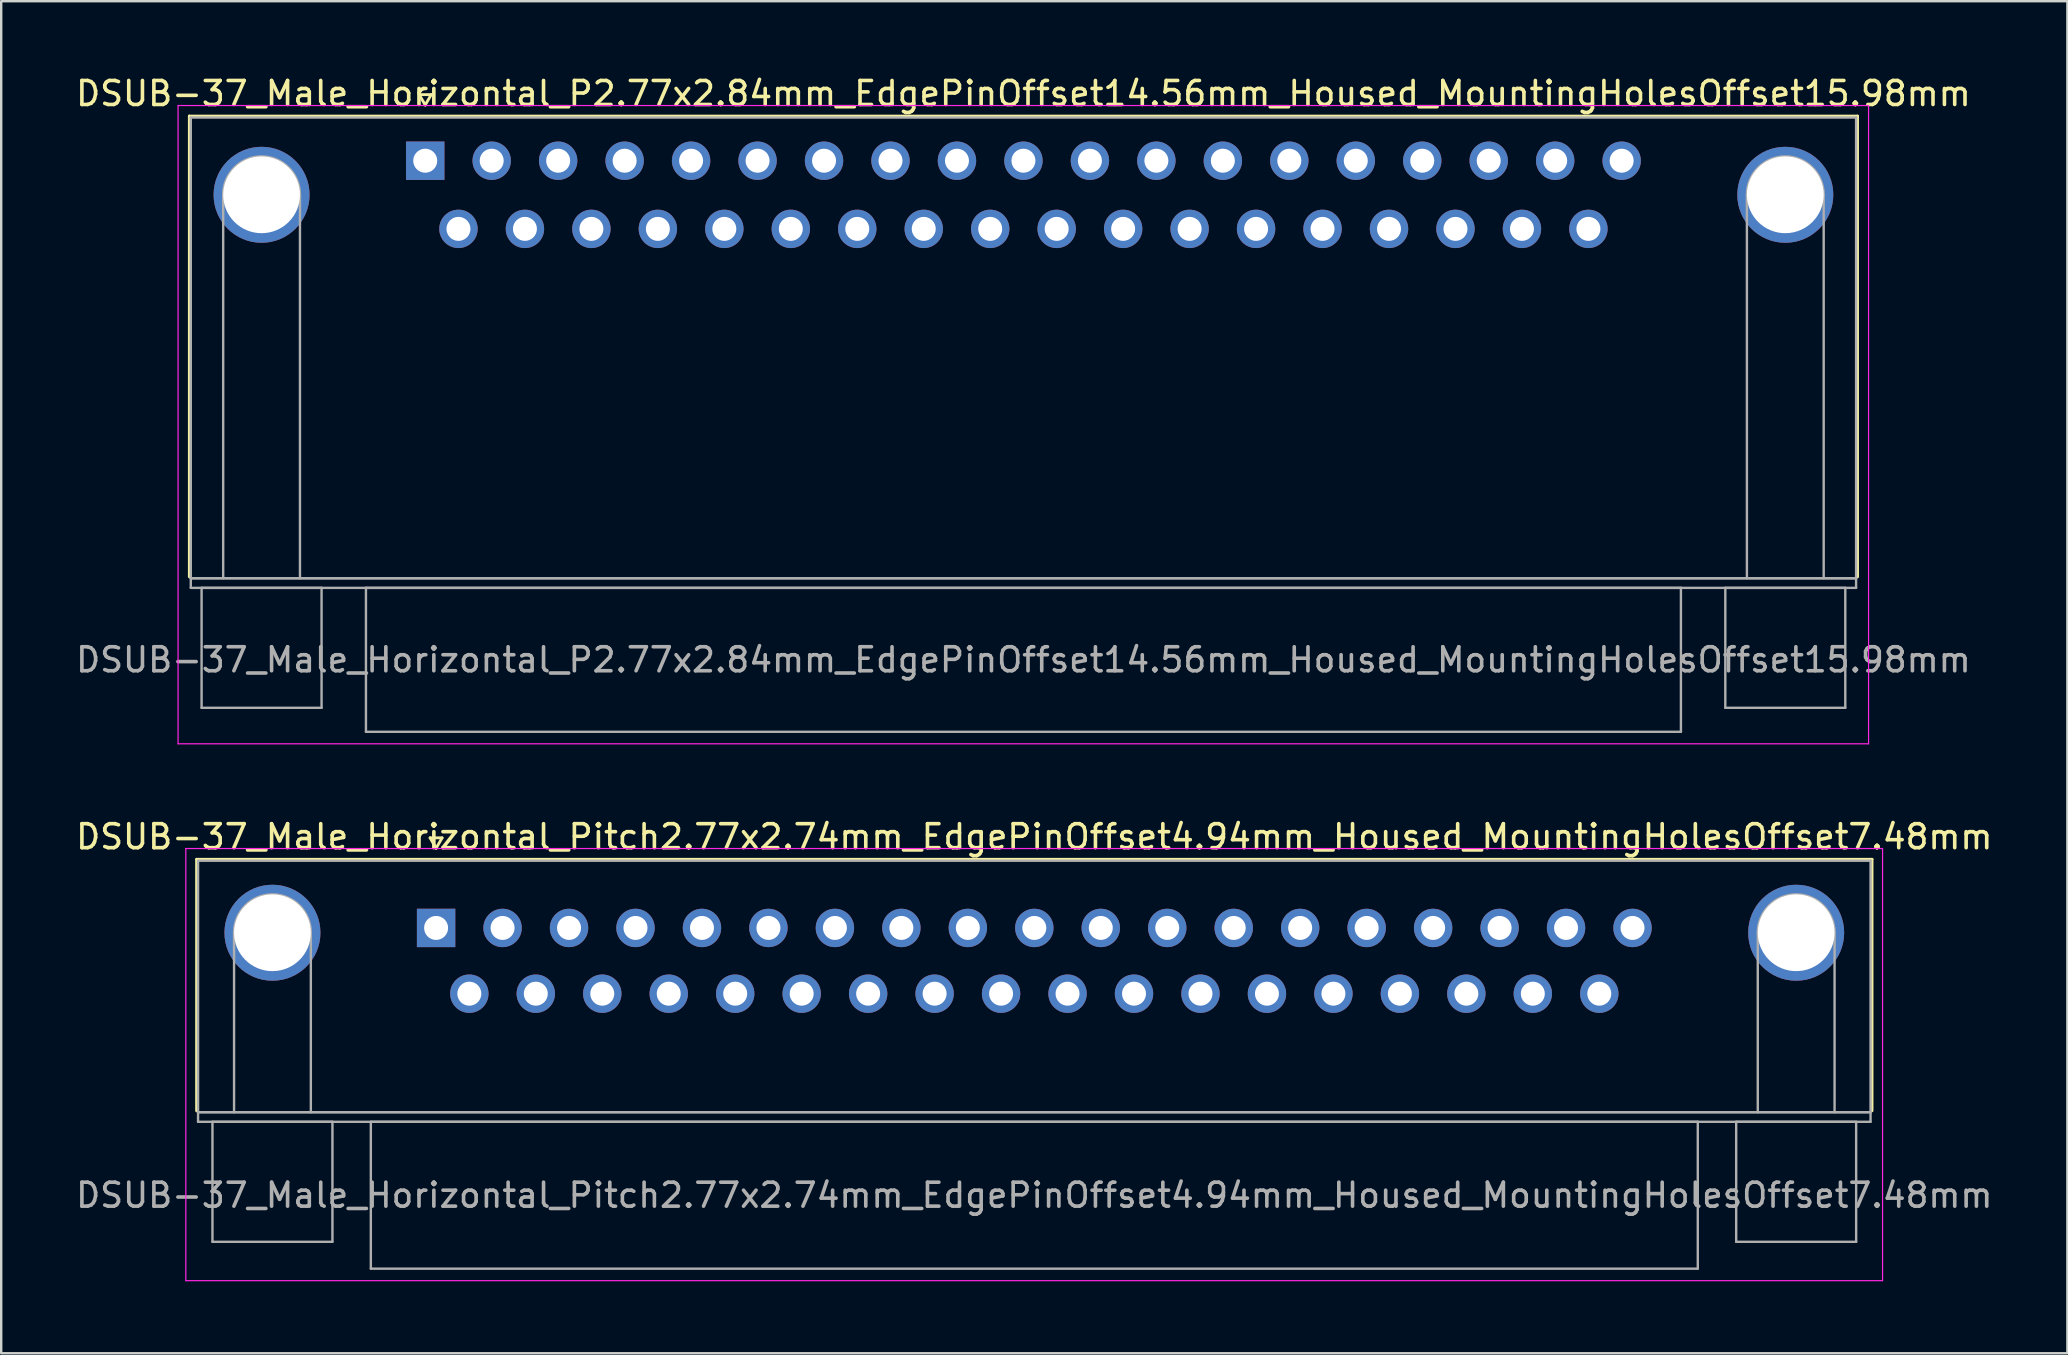
<source format=kicad_pcb>
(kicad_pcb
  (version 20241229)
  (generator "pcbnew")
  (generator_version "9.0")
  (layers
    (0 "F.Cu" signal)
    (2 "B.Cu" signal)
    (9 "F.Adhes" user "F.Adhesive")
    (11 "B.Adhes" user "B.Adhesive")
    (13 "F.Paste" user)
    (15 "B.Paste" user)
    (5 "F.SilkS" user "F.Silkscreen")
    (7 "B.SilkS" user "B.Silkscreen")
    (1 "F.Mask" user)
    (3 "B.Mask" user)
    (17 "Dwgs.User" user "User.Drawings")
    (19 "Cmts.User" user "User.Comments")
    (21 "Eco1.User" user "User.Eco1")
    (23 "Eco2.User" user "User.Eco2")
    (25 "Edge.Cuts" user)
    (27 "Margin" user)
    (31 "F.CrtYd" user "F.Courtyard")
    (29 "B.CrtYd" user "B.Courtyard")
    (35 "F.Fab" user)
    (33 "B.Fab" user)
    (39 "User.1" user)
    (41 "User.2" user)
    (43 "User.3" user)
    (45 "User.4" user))
  (footprint "DSUB-37_Male_Horizontal_P2.77x2.84mm_EdgePinOffset14.56mm_Housed_MountingHolesOffset15.98mm"
    (layer "F.Cu")
    (at 14.671 3.648)
    (property "Reference" "DSUB-37_Male_Horizontal_P2.77x2.84mm_EdgePinOffset14.56mm_Housed_MountingHolesOffset15.98mm" (at 24.93 -2.8 0) (layer "F.SilkS") (effects (font (size 1 1) (thickness 0.15))))
    (attr through_hole)
    (fp_line (start -9.83 -1.86) (end 59.69 -1.86) (stroke (width 0.12) (type solid)) (layer "F.SilkS"))
    (fp_line (start -9.83 17.34) (end -9.83 -1.86) (stroke (width 0.12) (type solid)) (layer "F.SilkS"))
    (fp_line (start -0.25 -2.754) (end 0.25 -2.754) (stroke (width 0.12) (type solid)) (layer "F.SilkS"))
    (fp_line (start 0 -2.321) (end -0.25 -2.754) (stroke (width 0.12) (type solid)) (layer "F.SilkS"))
    (fp_line (start 0.25 -2.754) (end 0 -2.321) (stroke (width 0.12) (type solid)) (layer "F.SilkS"))
    (fp_line (start 59.69 -1.86) (end 59.69 17.34) (stroke (width 0.12) (type solid)) (layer "F.SilkS"))
    (fp_line (start -10.3 -2.3) (end -10.3 24.3) (stroke (width 0.05) (type solid)) (layer "F.CrtYd"))
    (fp_line (start -10.3 24.3) (end 60.15 24.3) (stroke (width 0.05) (type solid)) (layer "F.CrtYd"))
    (fp_line (start 60.15 -2.3) (end -10.3 -2.3) (stroke (width 0.05) (type solid)) (layer "F.CrtYd"))
    (fp_line (start 60.15 24.3) (end 60.15 -2.3) (stroke (width 0.05) (type solid)) (layer "F.CrtYd"))
    (fp_line (start -9.77 -1.8) (end -9.77 17.4) (stroke (width 0.1) (type solid)) (layer "F.Fab"))
    (fp_line (start -9.77 17.4) (end -9.77 17.8) (stroke (width 0.1) (type solid)) (layer "F.Fab"))
    (fp_line (start -9.77 17.4) (end 59.63 17.4) (stroke (width 0.1) (type solid)) (layer "F.Fab"))
    (fp_line (start -9.77 17.8) (end 59.63 17.8) (stroke (width 0.1) (type solid)) (layer "F.Fab"))
    (fp_line (start -9.32 17.8) (end -9.32 22.8) (stroke (width 0.1) (type solid)) (layer "F.Fab"))
    (fp_line (start -9.32 22.8) (end -4.32 22.8) (stroke (width 0.1) (type solid)) (layer "F.Fab"))
    (fp_line (start -8.42 17.4) (end -8.42 1.42) (stroke (width 0.1) (type solid)) (layer "F.Fab"))
    (fp_line (start -5.22 17.4) (end -5.22 1.42) (stroke (width 0.1) (type solid)) (layer "F.Fab"))
    (fp_line (start -4.32 17.8) (end -9.32 17.8) (stroke (width 0.1) (type solid)) (layer "F.Fab"))
    (fp_line (start -4.32 22.8) (end -4.32 17.8) (stroke (width 0.1) (type solid)) (layer "F.Fab"))
    (fp_line (start -2.47 17.8) (end -2.47 23.8) (stroke (width 0.1) (type solid)) (layer "F.Fab"))
    (fp_line (start -2.47 23.8) (end 52.33 23.8) (stroke (width 0.1) (type solid)) (layer "F.Fab"))
    (fp_line (start 52.33 17.8) (end -2.47 17.8) (stroke (width 0.1) (type solid)) (layer "F.Fab"))
    (fp_line (start 52.33 23.8) (end 52.33 17.8) (stroke (width 0.1) (type solid)) (layer "F.Fab"))
    (fp_line (start 54.18 17.8) (end 54.18 22.8) (stroke (width 0.1) (type solid)) (layer "F.Fab"))
    (fp_line (start 54.18 22.8) (end 59.18 22.8) (stroke (width 0.1) (type solid)) (layer "F.Fab"))
    (fp_line (start 55.08 17.4) (end 55.08 1.42) (stroke (width 0.1) (type solid)) (layer "F.Fab"))
    (fp_line (start 58.28 17.4) (end 58.28 1.42) (stroke (width 0.1) (type solid)) (layer "F.Fab"))
    (fp_line (start 59.18 17.8) (end 54.18 17.8) (stroke (width 0.1) (type solid)) (layer "F.Fab"))
    (fp_line (start 59.18 22.8) (end 59.18 17.8) (stroke (width 0.1) (type solid)) (layer "F.Fab"))
    (fp_line (start 59.63 -1.8) (end -9.77 -1.8) (stroke (width 0.1) (type solid)) (layer "F.Fab"))
    (fp_line (start 59.63 17.4) (end -9.77 17.4) (stroke (width 0.1) (type solid)) (layer "F.Fab"))
    (fp_line (start 59.63 17.4) (end 59.63 -1.8) (stroke (width 0.1) (type solid)) (layer "F.Fab"))
    (fp_line (start 59.63 17.8) (end 59.63 17.4) (stroke (width 0.1) (type solid)) (layer "F.Fab"))
    (fp_arc (start -8.42 1.42) (mid -6.82 -0.18) (end -5.22 1.42) (stroke (width 0.1) (type solid)) (layer "F.Fab"))
    (fp_arc (start 55.08 1.42) (mid 56.68 -0.18) (end 58.28 1.42) (stroke (width 0.1) (type solid)) (layer "F.Fab"))
    (fp_text user "${REFERENCE}" (at 24.93 20.8 0) (layer "F.Fab") (effects (font (size 1 1) (thickness 0.15))))
    (pad "0" thru_hole circle (at -6.82 1.42) (size 4 4) (drill 3.2) (layers "*.Cu" "*.Mask"))
    (pad "0" thru_hole circle (at 56.68 1.42) (size 4 4) (drill 3.2) (layers "*.Cu" "*.Mask"))
    (pad "1" thru_hole rect (at 0 0) (size 1.6 1.6) (drill 1) (layers "*.Cu" "*.Mask"))
    (pad "2" thru_hole circle (at 2.77 0) (size 1.6 1.6) (drill 1) (layers "*.Cu" "*.Mask"))
    (pad "3" thru_hole circle (at 5.54 0) (size 1.6 1.6) (drill 1) (layers "*.Cu" "*.Mask"))
    (pad "4" thru_hole circle (at 8.31 0) (size 1.6 1.6) (drill 1) (layers "*.Cu" "*.Mask"))
    (pad "5" thru_hole circle (at 11.08 0) (size 1.6 1.6) (drill 1) (layers "*.Cu" "*.Mask"))
    (pad "6" thru_hole circle (at 13.85 0) (size 1.6 1.6) (drill 1) (layers "*.Cu" "*.Mask"))
    (pad "7" thru_hole circle (at 16.62 0) (size 1.6 1.6) (drill 1) (layers "*.Cu" "*.Mask"))
    (pad "8" thru_hole circle (at 19.39 0) (size 1.6 1.6) (drill 1) (layers "*.Cu" "*.Mask"))
    (pad "9" thru_hole circle (at 22.16 0) (size 1.6 1.6) (drill 1) (layers "*.Cu" "*.Mask"))
    (pad "10" thru_hole circle (at 24.93 0) (size 1.6 1.6) (drill 1) (layers "*.Cu" "*.Mask"))
    (pad "11" thru_hole circle (at 27.7 0) (size 1.6 1.6) (drill 1) (layers "*.Cu" "*.Mask"))
    (pad "12" thru_hole circle (at 30.47 0) (size 1.6 1.6) (drill 1) (layers "*.Cu" "*.Mask"))
    (pad "13" thru_hole circle (at 33.24 0) (size 1.6 1.6) (drill 1) (layers "*.Cu" "*.Mask"))
    (pad "14" thru_hole circle (at 36.01 0) (size 1.6 1.6) (drill 1) (layers "*.Cu" "*.Mask"))
    (pad "15" thru_hole circle (at 38.78 0) (size 1.6 1.6) (drill 1) (layers "*.Cu" "*.Mask"))
    (pad "16" thru_hole circle (at 41.55 0) (size 1.6 1.6) (drill 1) (layers "*.Cu" "*.Mask"))
    (pad "17" thru_hole circle (at 44.32 0) (size 1.6 1.6) (drill 1) (layers "*.Cu" "*.Mask"))
    (pad "18" thru_hole circle (at 47.09 0) (size 1.6 1.6) (drill 1) (layers "*.Cu" "*.Mask"))
    (pad "19" thru_hole circle (at 49.86 0) (size 1.6 1.6) (drill 1) (layers "*.Cu" "*.Mask"))
    (pad "20" thru_hole circle (at 1.385 2.84) (size 1.6 1.6) (drill 1) (layers "*.Cu" "*.Mask"))
    (pad "21" thru_hole circle (at 4.155 2.84) (size 1.6 1.6) (drill 1) (layers "*.Cu" "*.Mask"))
    (pad "22" thru_hole circle (at 6.925 2.84) (size 1.6 1.6) (drill 1) (layers "*.Cu" "*.Mask"))
    (pad "23" thru_hole circle (at 9.695 2.84) (size 1.6 1.6) (drill 1) (layers "*.Cu" "*.Mask"))
    (pad "24" thru_hole circle (at 12.465 2.84) (size 1.6 1.6) (drill 1) (layers "*.Cu" "*.Mask"))
    (pad "25" thru_hole circle (at 15.235 2.84) (size 1.6 1.6) (drill 1) (layers "*.Cu" "*.Mask"))
    (pad "26" thru_hole circle (at 18.005 2.84) (size 1.6 1.6) (drill 1) (layers "*.Cu" "*.Mask"))
    (pad "27" thru_hole circle (at 20.775 2.84) (size 1.6 1.6) (drill 1) (layers "*.Cu" "*.Mask"))
    (pad "28" thru_hole circle (at 23.545 2.84) (size 1.6 1.6) (drill 1) (layers "*.Cu" "*.Mask"))
    (pad "29" thru_hole circle (at 26.315 2.84) (size 1.6 1.6) (drill 1) (layers "*.Cu" "*.Mask"))
    (pad "30" thru_hole circle (at 29.085 2.84) (size 1.6 1.6) (drill 1) (layers "*.Cu" "*.Mask"))
    (pad "31" thru_hole circle (at 31.855 2.84) (size 1.6 1.6) (drill 1) (layers "*.Cu" "*.Mask"))
    (pad "32" thru_hole circle (at 34.625 2.84) (size 1.6 1.6) (drill 1) (layers "*.Cu" "*.Mask"))
    (pad "33" thru_hole circle (at 37.395 2.84) (size 1.6 1.6) (drill 1) (layers "*.Cu" "*.Mask"))
    (pad "34" thru_hole circle (at 40.165 2.84) (size 1.6 1.6) (drill 1) (layers "*.Cu" "*.Mask"))
    (pad "35" thru_hole circle (at 42.935 2.84) (size 1.6 1.6) (drill 1) (layers "*.Cu" "*.Mask"))
    (pad "36" thru_hole circle (at 45.705 2.84) (size 1.6 1.6) (drill 1) (layers "*.Cu" "*.Mask"))
    (pad "37" thru_hole circle (at 48.475 2.84) (size 1.6 1.6) (drill 1) (layers "*.Cu" "*.Mask")))
  (footprint "DSUB-37_Male_Horizontal_Pitch2.77x2.74mm_EdgePinOffset4.94mm_Housed_MountingHolesOffset7.48mm"
    (layer "F.Cu")
    (at 15.124 35.621)
    (property "Reference" "DSUB-37_Male_Horizontal_Pitch2.77x2.74mm_EdgePinOffset4.94mm_Housed_MountingHolesOffset7.48mm" (at 24.93 -3.8 0) (layer "F.SilkS") (effects (font (size 1 1) (thickness 0.15))))
    (attr through_hole)
    (fp_line (start -9.98 -2.86) (end 59.84 -2.86) (stroke (width 0.12) (type solid)) (layer "F.SilkS"))
    (fp_line (start -9.98 7.62) (end -9.98 -2.86) (stroke (width 0.12) (type solid)) (layer "F.SilkS"))
    (fp_line (start -0.25 -3.754) (end 0.25 -3.754) (stroke (width 0.12) (type solid)) (layer "F.SilkS"))
    (fp_line (start 0 -3.321) (end -0.25 -3.754) (stroke (width 0.12) (type solid)) (layer "F.SilkS"))
    (fp_line (start 0.25 -3.754) (end 0 -3.321) (stroke (width 0.12) (type solid)) (layer "F.SilkS"))
    (fp_line (start 59.84 -2.86) (end 59.84 7.62) (stroke (width 0.12) (type solid)) (layer "F.SilkS"))
    (fp_line (start -10.43 -3.31) (end -10.43 14.7) (stroke (width 0.05) (type solid)) (layer "F.CrtYd"))
    (fp_line (start -10.43 14.7) (end 60.28 14.7) (stroke (width 0.05) (type solid)) (layer "F.CrtYd"))
    (fp_line (start 60.28 -3.31) (end -10.43 -3.31) (stroke (width 0.05) (type solid)) (layer "F.CrtYd"))
    (fp_line (start 60.28 14.7) (end 60.28 -3.31) (stroke (width 0.05) (type solid)) (layer "F.CrtYd"))
    (fp_line (start -9.92 -2.8) (end -9.92 7.68) (stroke (width 0.1) (type solid)) (layer "F.Fab"))
    (fp_line (start -9.92 7.68) (end -9.92 8.08) (stroke (width 0.1) (type solid)) (layer "F.Fab"))
    (fp_line (start -9.92 7.68) (end 59.78 7.68) (stroke (width 0.1) (type solid)) (layer "F.Fab"))
    (fp_line (start -9.92 8.08) (end 59.78 8.08) (stroke (width 0.1) (type solid)) (layer "F.Fab"))
    (fp_line (start -9.32 8.08) (end -9.32 13.08) (stroke (width 0.1) (type solid)) (layer "F.Fab"))
    (fp_line (start -9.32 13.08) (end -4.32 13.08) (stroke (width 0.1) (type solid)) (layer "F.Fab"))
    (fp_line (start -8.42 7.68) (end -8.42 0.2) (stroke (width 0.1) (type solid)) (layer "F.Fab"))
    (fp_line (start -5.22 7.68) (end -5.22 0.2) (stroke (width 0.1) (type solid)) (layer "F.Fab"))
    (fp_line (start -4.32 8.08) (end -9.32 8.08) (stroke (width 0.1) (type solid)) (layer "F.Fab"))
    (fp_line (start -4.32 13.08) (end -4.32 8.08) (stroke (width 0.1) (type solid)) (layer "F.Fab"))
    (fp_line (start -2.72 8.08) (end -2.72 14.2) (stroke (width 0.1) (type solid)) (layer "F.Fab"))
    (fp_line (start -2.72 14.2) (end 52.58 14.2) (stroke (width 0.1) (type solid)) (layer "F.Fab"))
    (fp_line (start 52.58 8.08) (end -2.72 8.08) (stroke (width 0.1) (type solid)) (layer "F.Fab"))
    (fp_line (start 52.58 14.2) (end 52.58 8.08) (stroke (width 0.1) (type solid)) (layer "F.Fab"))
    (fp_line (start 54.18 8.08) (end 54.18 13.08) (stroke (width 0.1) (type solid)) (layer "F.Fab"))
    (fp_line (start 54.18 13.08) (end 59.18 13.08) (stroke (width 0.1) (type solid)) (layer "F.Fab"))
    (fp_line (start 55.08 7.68) (end 55.08 0.2) (stroke (width 0.1) (type solid)) (layer "F.Fab"))
    (fp_line (start 58.28 7.68) (end 58.28 0.2) (stroke (width 0.1) (type solid)) (layer "F.Fab"))
    (fp_line (start 59.18 8.08) (end 54.18 8.08) (stroke (width 0.1) (type solid)) (layer "F.Fab"))
    (fp_line (start 59.18 13.08) (end 59.18 8.08) (stroke (width 0.1) (type solid)) (layer "F.Fab"))
    (fp_line (start 59.78 -2.8) (end -9.92 -2.8) (stroke (width 0.1) (type solid)) (layer "F.Fab"))
    (fp_line (start 59.78 7.68) (end -9.92 7.68) (stroke (width 0.1) (type solid)) (layer "F.Fab"))
    (fp_line (start 59.78 7.68) (end 59.78 -2.8) (stroke (width 0.1) (type solid)) (layer "F.Fab"))
    (fp_line (start 59.78 8.08) (end 59.78 7.68) (stroke (width 0.1) (type solid)) (layer "F.Fab"))
    (fp_arc (start -8.42 0.2) (mid -6.82 -1.4) (end -5.22 0.2) (stroke (width 0.1) (type solid)) (layer "F.Fab"))
    (fp_arc (start 55.08 0.2) (mid 56.68 -1.4) (end 58.28 0.2) (stroke (width 0.1) (type solid)) (layer "F.Fab"))
    (fp_text user "${REFERENCE}" (at 24.93 11.14 0) (layer "F.Fab") (effects (font (size 1 1) (thickness 0.15))))
    (pad "0" thru_hole circle (at -6.82 0.2) (size 4 4) (drill 3.2) (layers "*.Cu" "*.Mask"))
    (pad "0" thru_hole circle (at 56.68 0.2) (size 4 4) (drill 3.2) (layers "*.Cu" "*.Mask"))
    (pad "1" thru_hole rect (at 0 0) (size 1.6 1.6) (drill 1) (layers "*.Cu" "*.Mask"))
    (pad "2" thru_hole circle (at 2.77 0) (size 1.6 1.6) (drill 1) (layers "*.Cu" "*.Mask"))
    (pad "3" thru_hole circle (at 5.54 0) (size 1.6 1.6) (drill 1) (layers "*.Cu" "*.Mask"))
    (pad "4" thru_hole circle (at 8.31 0) (size 1.6 1.6) (drill 1) (layers "*.Cu" "*.Mask"))
    (pad "5" thru_hole circle (at 11.08 0) (size 1.6 1.6) (drill 1) (layers "*.Cu" "*.Mask"))
    (pad "6" thru_hole circle (at 13.85 0) (size 1.6 1.6) (drill 1) (layers "*.Cu" "*.Mask"))
    (pad "7" thru_hole circle (at 16.62 0) (size 1.6 1.6) (drill 1) (layers "*.Cu" "*.Mask"))
    (pad "8" thru_hole circle (at 19.39 0) (size 1.6 1.6) (drill 1) (layers "*.Cu" "*.Mask"))
    (pad "9" thru_hole circle (at 22.16 0) (size 1.6 1.6) (drill 1) (layers "*.Cu" "*.Mask"))
    (pad "10" thru_hole circle (at 24.93 0) (size 1.6 1.6) (drill 1) (layers "*.Cu" "*.Mask"))
    (pad "11" thru_hole circle (at 27.7 0) (size 1.6 1.6) (drill 1) (layers "*.Cu" "*.Mask"))
    (pad "12" thru_hole circle (at 30.47 0) (size 1.6 1.6) (drill 1) (layers "*.Cu" "*.Mask"))
    (pad "13" thru_hole circle (at 33.24 0) (size 1.6 1.6) (drill 1) (layers "*.Cu" "*.Mask"))
    (pad "14" thru_hole circle (at 36.01 0) (size 1.6 1.6) (drill 1) (layers "*.Cu" "*.Mask"))
    (pad "15" thru_hole circle (at 38.78 0) (size 1.6 1.6) (drill 1) (layers "*.Cu" "*.Mask"))
    (pad "16" thru_hole circle (at 41.55 0) (size 1.6 1.6) (drill 1) (layers "*.Cu" "*.Mask"))
    (pad "17" thru_hole circle (at 44.32 0) (size 1.6 1.6) (drill 1) (layers "*.Cu" "*.Mask"))
    (pad "18" thru_hole circle (at 47.09 0) (size 1.6 1.6) (drill 1) (layers "*.Cu" "*.Mask"))
    (pad "19" thru_hole circle (at 49.86 0) (size 1.6 1.6) (drill 1) (layers "*.Cu" "*.Mask"))
    (pad "20" thru_hole circle (at 1.385 2.74) (size 1.6 1.6) (drill 1) (layers "*.Cu" "*.Mask"))
    (pad "21" thru_hole circle (at 4.155 2.74) (size 1.6 1.6) (drill 1) (layers "*.Cu" "*.Mask"))
    (pad "22" thru_hole circle (at 6.925 2.74) (size 1.6 1.6) (drill 1) (layers "*.Cu" "*.Mask"))
    (pad "23" thru_hole circle (at 9.695 2.74) (size 1.6 1.6) (drill 1) (layers "*.Cu" "*.Mask"))
    (pad "24" thru_hole circle (at 12.465 2.74) (size 1.6 1.6) (drill 1) (layers "*.Cu" "*.Mask"))
    (pad "25" thru_hole circle (at 15.235 2.74) (size 1.6 1.6) (drill 1) (layers "*.Cu" "*.Mask"))
    (pad "26" thru_hole circle (at 18.005 2.74) (size 1.6 1.6) (drill 1) (layers "*.Cu" "*.Mask"))
    (pad "27" thru_hole circle (at 20.775 2.74) (size 1.6 1.6) (drill 1) (layers "*.Cu" "*.Mask"))
    (pad "28" thru_hole circle (at 23.545 2.74) (size 1.6 1.6) (drill 1) (layers "*.Cu" "*.Mask"))
    (pad "29" thru_hole circle (at 26.315 2.74) (size 1.6 1.6) (drill 1) (layers "*.Cu" "*.Mask"))
    (pad "30" thru_hole circle (at 29.085 2.74) (size 1.6 1.6) (drill 1) (layers "*.Cu" "*.Mask"))
    (pad "31" thru_hole circle (at 31.855 2.74) (size 1.6 1.6) (drill 1) (layers "*.Cu" "*.Mask"))
    (pad "32" thru_hole circle (at 34.625 2.74) (size 1.6 1.6) (drill 1) (layers "*.Cu" "*.Mask"))
    (pad "33" thru_hole circle (at 37.395 2.74) (size 1.6 1.6) (drill 1) (layers "*.Cu" "*.Mask"))
    (pad "34" thru_hole circle (at 40.165 2.74) (size 1.6 1.6) (drill 1) (layers "*.Cu" "*.Mask"))
    (pad "35" thru_hole circle (at 42.935 2.74) (size 1.6 1.6) (drill 1) (layers "*.Cu" "*.Mask"))
    (pad "36" thru_hole circle (at 45.705 2.74) (size 1.6 1.6) (drill 1) (layers "*.Cu" "*.Mask"))
    (pad "37" thru_hole circle (at 48.475 2.74) (size 1.6 1.6) (drill 1) (layers "*.Cu" "*.Mask")))
  (gr_rect
    (start -3 -3)
    (end 83.107 53.346)
    (stroke (width 0.1) (type default))
    (fill no)
    (layer "Edge.Cuts")))
</source>
